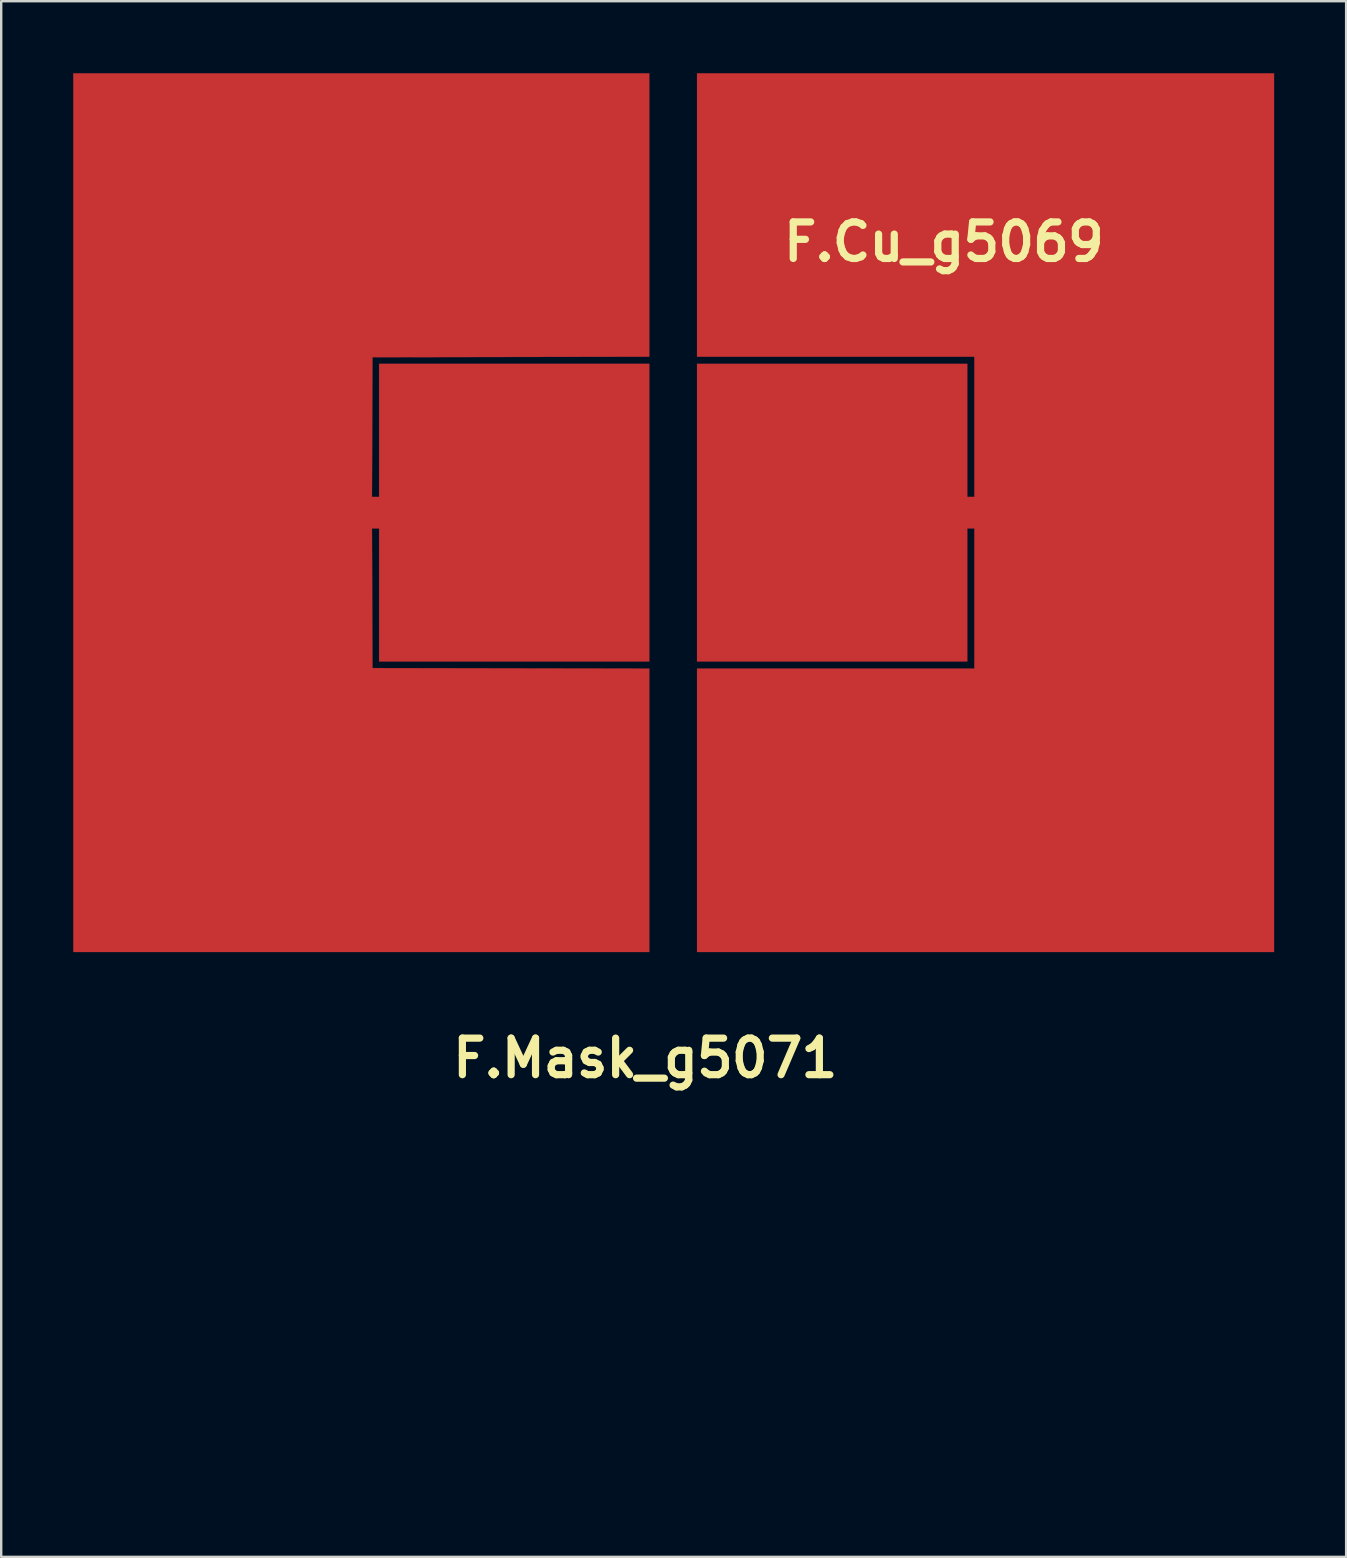
<source format=kicad_pcb>
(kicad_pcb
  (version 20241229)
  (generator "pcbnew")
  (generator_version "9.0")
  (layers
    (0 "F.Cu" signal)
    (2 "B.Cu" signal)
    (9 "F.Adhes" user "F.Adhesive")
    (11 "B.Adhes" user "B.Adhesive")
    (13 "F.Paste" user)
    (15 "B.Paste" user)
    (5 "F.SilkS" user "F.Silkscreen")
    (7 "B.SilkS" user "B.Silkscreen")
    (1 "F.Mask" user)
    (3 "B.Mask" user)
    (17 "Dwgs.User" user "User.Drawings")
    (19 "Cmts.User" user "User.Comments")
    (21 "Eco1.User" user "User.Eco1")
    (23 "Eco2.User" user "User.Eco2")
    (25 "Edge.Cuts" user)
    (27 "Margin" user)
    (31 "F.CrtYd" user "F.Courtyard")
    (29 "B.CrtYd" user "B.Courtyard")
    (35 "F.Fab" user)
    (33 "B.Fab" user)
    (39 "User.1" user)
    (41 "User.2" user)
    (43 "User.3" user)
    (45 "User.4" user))
  (footprint "F.Cu_g5069"
    (layer "F.Cu")
    (at 36.285 7.032)
    (property "Reference" "F.Cu_g5069" (at 0 0 0) (layer "F.SilkS") (effects (font (size 1.524 1.524) (thickness 0.3))))
    (attr through_hole)
    (fp_poly (pts (xy 13.758 29.591) (xy -10.287 29.591) (xy -10.287 17.78) (xy 1.27 17.78) (xy 1.27 11.938) (xy 0.974 11.938) (xy 0.974 17.484) (xy -10.287 17.484) (xy -10.287 5.08) (xy 0.974 5.08) (xy 0.974 10.626) (xy 1.27 10.626) (xy 1.27 4.784) (xy -10.287 4.784) (xy -10.287 -7.027) (xy 13.758 -7.027) (xy 13.758 29.591)) (stroke (width 0.01) (type solid)) (fill yes) (layer "F.Cu"))
    (fp_poly (pts (xy -12.277 4.783) (xy -18.045 4.794) (xy -23.812 4.805) (xy -23.823 7.715) (xy -23.834 10.626) (xy -23.537 10.626) (xy -23.537 5.08) (xy -12.277 5.08) (xy -12.277 17.484) (xy -23.537 17.484) (xy -23.537 11.938) (xy -23.834 11.938) (xy -23.823 14.848) (xy -23.812 17.759) (xy -18.045 17.77) (xy -12.277 17.78) (xy -12.277 29.591) (xy -36.28 29.591) (xy -36.28 -7.027) (xy -12.277 -7.027) (xy -12.277 4.783)) (stroke (width 0.01) (type solid)) (fill yes) (layer "F.Cu")))
  (footprint "F.Mask_g5071"
    (layer "F.Cu")
    (at 23.839 41.046)
    (property "Reference" "F.Mask_g5071" (at 0 0 0) (layer "F.SilkS") (effects (font (size 1.524 1.524) (thickness 0.3))))
    (attr through_hole)
    (fp_poly (pts (xy 1.27 17.78) (xy -23.834 17.78) (xy -23.834 4.784) (xy 1.27 4.784) (xy 1.27 17.78)) (stroke (width 0.01) (type solid)) (fill yes) (layer "F.Mask")))
  (gr_rect
    (start -3 -3)
    (end 53.048 61.831)
    (stroke (width 0.1) (type default))
    (fill no)
    (layer "Edge.Cuts")))
</source>
